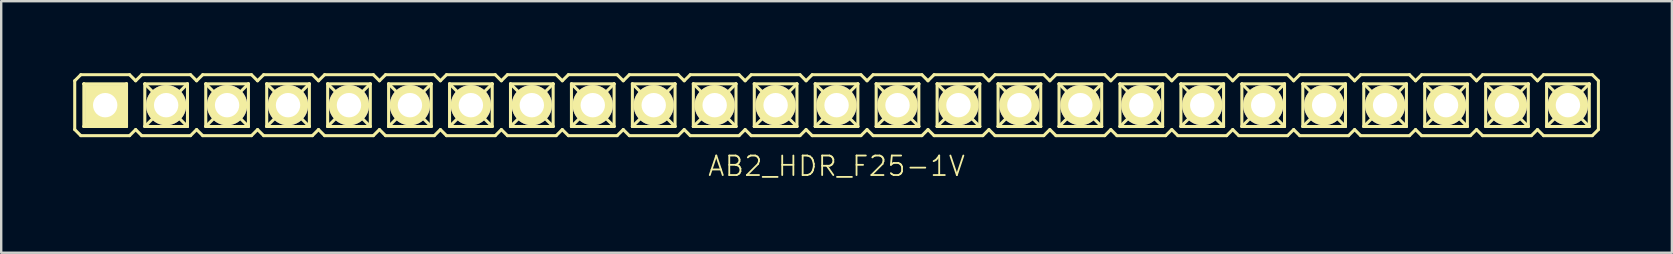
<source format=kicad_pcb>
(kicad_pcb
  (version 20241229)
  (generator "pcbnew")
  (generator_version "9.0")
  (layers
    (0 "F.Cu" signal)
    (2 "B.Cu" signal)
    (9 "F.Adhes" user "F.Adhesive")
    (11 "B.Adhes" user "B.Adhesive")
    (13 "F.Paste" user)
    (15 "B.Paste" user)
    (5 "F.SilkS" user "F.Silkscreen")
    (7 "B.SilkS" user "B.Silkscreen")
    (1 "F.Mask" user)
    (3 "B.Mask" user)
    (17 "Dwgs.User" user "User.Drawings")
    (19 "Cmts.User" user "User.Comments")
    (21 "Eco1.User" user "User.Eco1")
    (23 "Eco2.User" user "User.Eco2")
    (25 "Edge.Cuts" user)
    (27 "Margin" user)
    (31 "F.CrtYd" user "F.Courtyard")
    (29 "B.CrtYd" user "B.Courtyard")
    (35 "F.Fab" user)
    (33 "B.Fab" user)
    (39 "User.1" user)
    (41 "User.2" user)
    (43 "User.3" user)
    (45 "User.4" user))
  (footprint "AB2_HDR_F25-1V"
    (layer "F.Cu")
    (at 31.814 1.333)
    (property "Reference" "AB2_HDR_F25-1V" (at 0 2.54 0) (layer "F.SilkS") (effects (font (size 0.813 0.813) (thickness 0.076))))
    (attr through_hole)
    (fp_line (start -31.75 -1.016) (end -31.496 -1.27) (stroke (width 0.127) (type solid)) (layer "F.SilkS"))
    (fp_line (start -31.75 1.016) (end -31.75 -1.016) (stroke (width 0.127) (type solid)) (layer "F.SilkS"))
    (fp_line (start -31.496 -1.27) (end -29.464 -1.27) (stroke (width 0.127) (type solid)) (layer "F.SilkS"))
    (fp_line (start -31.496 1.27) (end -31.75 1.016) (stroke (width 0.127) (type solid)) (layer "F.SilkS"))
    (fp_line (start -31.369 -0.889) (end -29.591 -0.889) (stroke (width 0.127) (type solid)) (layer "F.SilkS"))
    (fp_line (start -31.369 0.889) (end -31.369 -0.889) (stroke (width 0.127) (type solid)) (layer "F.SilkS"))
    (fp_line (start -30.988 -0.508) (end -31.369 -0.889) (stroke (width 0.127) (type solid)) (layer "F.SilkS"))
    (fp_line (start -30.988 -0.508) (end -29.972 -0.508) (stroke (width 0.127) (type solid)) (layer "F.SilkS"))
    (fp_line (start -30.988 0.508) (end -31.369 0.889) (stroke (width 0.127) (type solid)) (layer "F.SilkS"))
    (fp_line (start -30.988 0.508) (end -30.988 -0.508) (stroke (width 0.127) (type solid)) (layer "F.SilkS"))
    (fp_line (start -29.972 -0.508) (end -29.972 0.508) (stroke (width 0.127) (type solid)) (layer "F.SilkS"))
    (fp_line (start -29.972 -0.508) (end -29.591 -0.889) (stroke (width 0.127) (type solid)) (layer "F.SilkS"))
    (fp_line (start -29.972 0.508) (end -30.988 0.508) (stroke (width 0.127) (type solid)) (layer "F.SilkS"))
    (fp_line (start -29.972 0.508) (end -29.591 0.889) (stroke (width 0.127) (type solid)) (layer "F.SilkS"))
    (fp_line (start -29.591 -0.889) (end -29.591 0.889) (stroke (width 0.127) (type solid)) (layer "F.SilkS"))
    (fp_line (start -29.591 0.889) (end -31.369 0.889) (stroke (width 0.127) (type solid)) (layer "F.SilkS"))
    (fp_line (start -29.464 -1.27) (end -29.21 -1.016) (stroke (width 0.127) (type solid)) (layer "F.SilkS"))
    (fp_line (start -29.464 1.27) (end -31.496 1.27) (stroke (width 0.127) (type solid)) (layer "F.SilkS"))
    (fp_line (start -29.21 -1.016) (end -28.956 -1.27) (stroke (width 0.127) (type solid)) (layer "F.SilkS"))
    (fp_line (start -29.21 1.016) (end -29.464 1.27) (stroke (width 0.127) (type solid)) (layer "F.SilkS"))
    (fp_line (start -28.956 -1.27) (end -26.924 -1.27) (stroke (width 0.127) (type solid)) (layer "F.SilkS"))
    (fp_line (start -28.956 1.27) (end -29.21 1.016) (stroke (width 0.127) (type solid)) (layer "F.SilkS"))
    (fp_line (start -28.829 -0.889) (end -27.051 -0.889) (stroke (width 0.127) (type solid)) (layer "F.SilkS"))
    (fp_line (start -28.829 0.889) (end -28.829 -0.889) (stroke (width 0.127) (type solid)) (layer "F.SilkS"))
    (fp_line (start -28.448 -0.508) (end -28.829 -0.889) (stroke (width 0.127) (type solid)) (layer "F.SilkS"))
    (fp_line (start -28.448 -0.508) (end -27.432 -0.508) (stroke (width 0.127) (type solid)) (layer "F.SilkS"))
    (fp_line (start -28.448 0.508) (end -28.829 0.889) (stroke (width 0.127) (type solid)) (layer "F.SilkS"))
    (fp_line (start -28.448 0.508) (end -28.448 -0.508) (stroke (width 0.127) (type solid)) (layer "F.SilkS"))
    (fp_line (start -27.432 -0.508) (end -27.432 0.508) (stroke (width 0.127) (type solid)) (layer "F.SilkS"))
    (fp_line (start -27.432 -0.508) (end -27.051 -0.889) (stroke (width 0.127) (type solid)) (layer "F.SilkS"))
    (fp_line (start -27.432 0.508) (end -28.448 0.508) (stroke (width 0.127) (type solid)) (layer "F.SilkS"))
    (fp_line (start -27.432 0.508) (end -27.051 0.889) (stroke (width 0.127) (type solid)) (layer "F.SilkS"))
    (fp_line (start -27.051 -0.889) (end -27.051 0.889) (stroke (width 0.127) (type solid)) (layer "F.SilkS"))
    (fp_line (start -27.051 0.889) (end -28.829 0.889) (stroke (width 0.127) (type solid)) (layer "F.SilkS"))
    (fp_line (start -26.924 -1.27) (end -26.67 -1.016) (stroke (width 0.127) (type solid)) (layer "F.SilkS"))
    (fp_line (start -26.924 1.27) (end -28.956 1.27) (stroke (width 0.127) (type solid)) (layer "F.SilkS"))
    (fp_line (start -26.67 -1.016) (end -26.416 -1.27) (stroke (width 0.127) (type solid)) (layer "F.SilkS"))
    (fp_line (start -26.67 1.016) (end -26.924 1.27) (stroke (width 0.127) (type solid)) (layer "F.SilkS"))
    (fp_line (start -26.416 -1.27) (end -24.384 -1.27) (stroke (width 0.127) (type solid)) (layer "F.SilkS"))
    (fp_line (start -26.416 1.27) (end -26.67 1.016) (stroke (width 0.127) (type solid)) (layer "F.SilkS"))
    (fp_line (start -26.289 -0.889) (end -24.511 -0.889) (stroke (width 0.127) (type solid)) (layer "F.SilkS"))
    (fp_line (start -26.289 0.889) (end -26.289 -0.889) (stroke (width 0.127) (type solid)) (layer "F.SilkS"))
    (fp_line (start -25.908 -0.508) (end -26.289 -0.889) (stroke (width 0.127) (type solid)) (layer "F.SilkS"))
    (fp_line (start -25.908 -0.508) (end -24.892 -0.508) (stroke (width 0.127) (type solid)) (layer "F.SilkS"))
    (fp_line (start -25.908 0.508) (end -26.289 0.889) (stroke (width 0.127) (type solid)) (layer "F.SilkS"))
    (fp_line (start -25.908 0.508) (end -25.908 -0.508) (stroke (width 0.127) (type solid)) (layer "F.SilkS"))
    (fp_line (start -24.892 -0.508) (end -24.892 0.508) (stroke (width 0.127) (type solid)) (layer "F.SilkS"))
    (fp_line (start -24.892 -0.508) (end -24.511 -0.889) (stroke (width 0.127) (type solid)) (layer "F.SilkS"))
    (fp_line (start -24.892 0.508) (end -25.908 0.508) (stroke (width 0.127) (type solid)) (layer "F.SilkS"))
    (fp_line (start -24.892 0.508) (end -24.511 0.889) (stroke (width 0.127) (type solid)) (layer "F.SilkS"))
    (fp_line (start -24.511 -0.889) (end -24.511 0.889) (stroke (width 0.127) (type solid)) (layer "F.SilkS"))
    (fp_line (start -24.511 0.889) (end -26.289 0.889) (stroke (width 0.127) (type solid)) (layer "F.SilkS"))
    (fp_line (start -24.384 -1.27) (end -24.13 -1.016) (stroke (width 0.127) (type solid)) (layer "F.SilkS"))
    (fp_line (start -24.384 1.27) (end -26.416 1.27) (stroke (width 0.127) (type solid)) (layer "F.SilkS"))
    (fp_line (start -24.13 -1.016) (end -23.876 -1.27) (stroke (width 0.127) (type solid)) (layer "F.SilkS"))
    (fp_line (start -24.13 1.016) (end -24.384 1.27) (stroke (width 0.127) (type solid)) (layer "F.SilkS"))
    (fp_line (start -23.876 -1.27) (end -21.844 -1.27) (stroke (width 0.127) (type solid)) (layer "F.SilkS"))
    (fp_line (start -23.876 1.27) (end -24.13 1.016) (stroke (width 0.127) (type solid)) (layer "F.SilkS"))
    (fp_line (start -23.749 -0.889) (end -21.971 -0.889) (stroke (width 0.127) (type solid)) (layer "F.SilkS"))
    (fp_line (start -23.749 0.889) (end -23.749 -0.889) (stroke (width 0.127) (type solid)) (layer "F.SilkS"))
    (fp_line (start -23.368 -0.508) (end -23.749 -0.889) (stroke (width 0.127) (type solid)) (layer "F.SilkS"))
    (fp_line (start -23.368 -0.508) (end -22.352 -0.508) (stroke (width 0.127) (type solid)) (layer "F.SilkS"))
    (fp_line (start -23.368 0.508) (end -23.749 0.889) (stroke (width 0.127) (type solid)) (layer "F.SilkS"))
    (fp_line (start -23.368 0.508) (end -23.368 -0.508) (stroke (width 0.127) (type solid)) (layer "F.SilkS"))
    (fp_line (start -22.352 -0.508) (end -22.352 0.508) (stroke (width 0.127) (type solid)) (layer "F.SilkS"))
    (fp_line (start -22.352 -0.508) (end -21.971 -0.889) (stroke (width 0.127) (type solid)) (layer "F.SilkS"))
    (fp_line (start -22.352 0.508) (end -23.368 0.508) (stroke (width 0.127) (type solid)) (layer "F.SilkS"))
    (fp_line (start -22.352 0.508) (end -21.971 0.889) (stroke (width 0.127) (type solid)) (layer "F.SilkS"))
    (fp_line (start -21.971 -0.889) (end -21.971 0.889) (stroke (width 0.127) (type solid)) (layer "F.SilkS"))
    (fp_line (start -21.971 0.889) (end -23.749 0.889) (stroke (width 0.127) (type solid)) (layer "F.SilkS"))
    (fp_line (start -21.844 -1.27) (end -21.59 -1.016) (stroke (width 0.127) (type solid)) (layer "F.SilkS"))
    (fp_line (start -21.844 1.27) (end -23.876 1.27) (stroke (width 0.127) (type solid)) (layer "F.SilkS"))
    (fp_line (start -21.59 -1.016) (end -21.336 -1.27) (stroke (width 0.127) (type solid)) (layer "F.SilkS"))
    (fp_line (start -21.59 1.016) (end -21.844 1.27) (stroke (width 0.127) (type solid)) (layer "F.SilkS"))
    (fp_line (start -21.336 -1.27) (end -19.304 -1.27) (stroke (width 0.127) (type solid)) (layer "F.SilkS"))
    (fp_line (start -21.336 1.27) (end -21.59 1.016) (stroke (width 0.127) (type solid)) (layer "F.SilkS"))
    (fp_line (start -21.209 -0.889) (end -19.431 -0.889) (stroke (width 0.127) (type solid)) (layer "F.SilkS"))
    (fp_line (start -21.209 0.889) (end -21.209 -0.889) (stroke (width 0.127) (type solid)) (layer "F.SilkS"))
    (fp_line (start -20.828 -0.508) (end -21.209 -0.889) (stroke (width 0.127) (type solid)) (layer "F.SilkS"))
    (fp_line (start -20.828 -0.508) (end -19.812 -0.508) (stroke (width 0.127) (type solid)) (layer "F.SilkS"))
    (fp_line (start -20.828 0.508) (end -21.209 0.889) (stroke (width 0.127) (type solid)) (layer "F.SilkS"))
    (fp_line (start -20.828 0.508) (end -20.828 -0.508) (stroke (width 0.127) (type solid)) (layer "F.SilkS"))
    (fp_line (start -19.812 -0.508) (end -19.812 0.508) (stroke (width 0.127) (type solid)) (layer "F.SilkS"))
    (fp_line (start -19.812 -0.508) (end -19.431 -0.889) (stroke (width 0.127) (type solid)) (layer "F.SilkS"))
    (fp_line (start -19.812 0.508) (end -20.828 0.508) (stroke (width 0.127) (type solid)) (layer "F.SilkS"))
    (fp_line (start -19.812 0.508) (end -19.431 0.889) (stroke (width 0.127) (type solid)) (layer "F.SilkS"))
    (fp_line (start -19.431 -0.889) (end -19.431 0.889) (stroke (width 0.127) (type solid)) (layer "F.SilkS"))
    (fp_line (start -19.431 0.889) (end -21.209 0.889) (stroke (width 0.127) (type solid)) (layer "F.SilkS"))
    (fp_line (start -19.304 -1.27) (end -19.05 -1.016) (stroke (width 0.127) (type solid)) (layer "F.SilkS"))
    (fp_line (start -19.304 1.27) (end -21.336 1.27) (stroke (width 0.127) (type solid)) (layer "F.SilkS"))
    (fp_line (start -19.05 -1.016) (end -18.796 -1.27) (stroke (width 0.127) (type solid)) (layer "F.SilkS"))
    (fp_line (start -19.05 1.016) (end -19.304 1.27) (stroke (width 0.127) (type solid)) (layer "F.SilkS"))
    (fp_line (start -18.796 -1.27) (end -16.764 -1.27) (stroke (width 0.127) (type solid)) (layer "F.SilkS"))
    (fp_line (start -18.796 1.27) (end -19.05 1.016) (stroke (width 0.127) (type solid)) (layer "F.SilkS"))
    (fp_line (start -18.669 -0.889) (end -16.891 -0.889) (stroke (width 0.127) (type solid)) (layer "F.SilkS"))
    (fp_line (start -18.669 0.889) (end -18.669 -0.889) (stroke (width 0.127) (type solid)) (layer "F.SilkS"))
    (fp_line (start -18.288 -0.508) (end -18.669 -0.889) (stroke (width 0.127) (type solid)) (layer "F.SilkS"))
    (fp_line (start -18.288 -0.508) (end -17.272 -0.508) (stroke (width 0.127) (type solid)) (layer "F.SilkS"))
    (fp_line (start -18.288 0.508) (end -18.669 0.889) (stroke (width 0.127) (type solid)) (layer "F.SilkS"))
    (fp_line (start -18.288 0.508) (end -18.288 -0.508) (stroke (width 0.127) (type solid)) (layer "F.SilkS"))
    (fp_line (start -17.272 -0.508) (end -17.272 0.508) (stroke (width 0.127) (type solid)) (layer "F.SilkS"))
    (fp_line (start -17.272 -0.508) (end -16.891 -0.889) (stroke (width 0.127) (type solid)) (layer "F.SilkS"))
    (fp_line (start -17.272 0.508) (end -18.288 0.508) (stroke (width 0.127) (type solid)) (layer "F.SilkS"))
    (fp_line (start -17.272 0.508) (end -16.891 0.889) (stroke (width 0.127) (type solid)) (layer "F.SilkS"))
    (fp_line (start -16.891 -0.889) (end -16.891 0.889) (stroke (width 0.127) (type solid)) (layer "F.SilkS"))
    (fp_line (start -16.891 0.889) (end -18.669 0.889) (stroke (width 0.127) (type solid)) (layer "F.SilkS"))
    (fp_line (start -16.764 -1.27) (end -16.51 -1.016) (stroke (width 0.127) (type solid)) (layer "F.SilkS"))
    (fp_line (start -16.764 1.27) (end -18.796 1.27) (stroke (width 0.127) (type solid)) (layer "F.SilkS"))
    (fp_line (start -16.51 -1.016) (end -16.256 -1.27) (stroke (width 0.127) (type solid)) (layer "F.SilkS"))
    (fp_line (start -16.51 1.016) (end -16.764 1.27) (stroke (width 0.127) (type solid)) (layer "F.SilkS"))
    (fp_line (start -16.256 -1.27) (end -14.224 -1.27) (stroke (width 0.127) (type solid)) (layer "F.SilkS"))
    (fp_line (start -16.256 1.27) (end -16.51 1.016) (stroke (width 0.127) (type solid)) (layer "F.SilkS"))
    (fp_line (start -16.129 -0.889) (end -14.351 -0.889) (stroke (width 0.127) (type solid)) (layer "F.SilkS"))
    (fp_line (start -16.129 0.889) (end -16.129 -0.889) (stroke (width 0.127) (type solid)) (layer "F.SilkS"))
    (fp_line (start -15.748 -0.508) (end -16.129 -0.889) (stroke (width 0.127) (type solid)) (layer "F.SilkS"))
    (fp_line (start -15.748 -0.508) (end -14.732 -0.508) (stroke (width 0.127) (type solid)) (layer "F.SilkS"))
    (fp_line (start -15.748 0.508) (end -16.129 0.889) (stroke (width 0.127) (type solid)) (layer "F.SilkS"))
    (fp_line (start -15.748 0.508) (end -15.748 -0.508) (stroke (width 0.127) (type solid)) (layer "F.SilkS"))
    (fp_line (start -14.732 -0.508) (end -14.732 0.508) (stroke (width 0.127) (type solid)) (layer "F.SilkS"))
    (fp_line (start -14.732 -0.508) (end -14.351 -0.889) (stroke (width 0.127) (type solid)) (layer "F.SilkS"))
    (fp_line (start -14.732 0.508) (end -15.748 0.508) (stroke (width 0.127) (type solid)) (layer "F.SilkS"))
    (fp_line (start -14.732 0.508) (end -14.351 0.889) (stroke (width 0.127) (type solid)) (layer "F.SilkS"))
    (fp_line (start -14.351 -0.889) (end -14.351 0.889) (stroke (width 0.127) (type solid)) (layer "F.SilkS"))
    (fp_line (start -14.351 0.889) (end -16.129 0.889) (stroke (width 0.127) (type solid)) (layer "F.SilkS"))
    (fp_line (start -14.224 -1.27) (end -13.97 -1.016) (stroke (width 0.127) (type solid)) (layer "F.SilkS"))
    (fp_line (start -14.224 1.27) (end -16.256 1.27) (stroke (width 0.127) (type solid)) (layer "F.SilkS"))
    (fp_line (start -13.97 -1.016) (end -13.716 -1.27) (stroke (width 0.127) (type solid)) (layer "F.SilkS"))
    (fp_line (start -13.97 1.016) (end -14.224 1.27) (stroke (width 0.127) (type solid)) (layer "F.SilkS"))
    (fp_line (start -13.716 -1.27) (end -11.684 -1.27) (stroke (width 0.127) (type solid)) (layer "F.SilkS"))
    (fp_line (start -13.716 1.27) (end -13.97 1.016) (stroke (width 0.127) (type solid)) (layer "F.SilkS"))
    (fp_line (start -13.589 -0.889) (end -11.811 -0.889) (stroke (width 0.127) (type solid)) (layer "F.SilkS"))
    (fp_line (start -13.589 0.889) (end -13.589 -0.889) (stroke (width 0.127) (type solid)) (layer "F.SilkS"))
    (fp_line (start -13.208 -0.508) (end -13.589 -0.889) (stroke (width 0.127) (type solid)) (layer "F.SilkS"))
    (fp_line (start -13.208 -0.508) (end -12.192 -0.508) (stroke (width 0.127) (type solid)) (layer "F.SilkS"))
    (fp_line (start -13.208 0.508) (end -13.589 0.889) (stroke (width 0.127) (type solid)) (layer "F.SilkS"))
    (fp_line (start -13.208 0.508) (end -13.208 -0.508) (stroke (width 0.127) (type solid)) (layer "F.SilkS"))
    (fp_line (start -12.192 -0.508) (end -12.192 0.508) (stroke (width 0.127) (type solid)) (layer "F.SilkS"))
    (fp_line (start -12.192 -0.508) (end -11.811 -0.889) (stroke (width 0.127) (type solid)) (layer "F.SilkS"))
    (fp_line (start -12.192 0.508) (end -13.208 0.508) (stroke (width 0.127) (type solid)) (layer "F.SilkS"))
    (fp_line (start -12.192 0.508) (end -11.811 0.889) (stroke (width 0.127) (type solid)) (layer "F.SilkS"))
    (fp_line (start -11.811 -0.889) (end -11.811 0.889) (stroke (width 0.127) (type solid)) (layer "F.SilkS"))
    (fp_line (start -11.811 0.889) (end -13.589 0.889) (stroke (width 0.127) (type solid)) (layer "F.SilkS"))
    (fp_line (start -11.684 -1.27) (end -11.43 -1.016) (stroke (width 0.127) (type solid)) (layer "F.SilkS"))
    (fp_line (start -11.684 1.27) (end -13.716 1.27) (stroke (width 0.127) (type solid)) (layer "F.SilkS"))
    (fp_line (start -11.43 -1.016) (end -11.176 -1.27) (stroke (width 0.127) (type solid)) (layer "F.SilkS"))
    (fp_line (start -11.43 1.016) (end -11.684 1.27) (stroke (width 0.127) (type solid)) (layer "F.SilkS"))
    (fp_line (start -11.176 -1.27) (end -9.144 -1.27) (stroke (width 0.127) (type solid)) (layer "F.SilkS"))
    (fp_line (start -11.176 1.27) (end -11.43 1.016) (stroke (width 0.127) (type solid)) (layer "F.SilkS"))
    (fp_line (start -11.049 -0.889) (end -9.271 -0.889) (stroke (width 0.127) (type solid)) (layer "F.SilkS"))
    (fp_line (start -11.049 0.889) (end -11.049 -0.889) (stroke (width 0.127) (type solid)) (layer "F.SilkS"))
    (fp_line (start -10.668 -0.508) (end -11.049 -0.889) (stroke (width 0.127) (type solid)) (layer "F.SilkS"))
    (fp_line (start -10.668 -0.508) (end -9.652 -0.508) (stroke (width 0.127) (type solid)) (layer "F.SilkS"))
    (fp_line (start -10.668 0.508) (end -11.049 0.889) (stroke (width 0.127) (type solid)) (layer "F.SilkS"))
    (fp_line (start -10.668 0.508) (end -10.668 -0.508) (stroke (width 0.127) (type solid)) (layer "F.SilkS"))
    (fp_line (start -9.652 -0.508) (end -9.652 0.508) (stroke (width 0.127) (type solid)) (layer "F.SilkS"))
    (fp_line (start -9.652 -0.508) (end -9.271 -0.889) (stroke (width 0.127) (type solid)) (layer "F.SilkS"))
    (fp_line (start -9.652 0.508) (end -10.668 0.508) (stroke (width 0.127) (type solid)) (layer "F.SilkS"))
    (fp_line (start -9.652 0.508) (end -9.271 0.889) (stroke (width 0.127) (type solid)) (layer "F.SilkS"))
    (fp_line (start -9.271 -0.889) (end -9.271 0.889) (stroke (width 0.127) (type solid)) (layer "F.SilkS"))
    (fp_line (start -9.271 0.889) (end -11.049 0.889) (stroke (width 0.127) (type solid)) (layer "F.SilkS"))
    (fp_line (start -9.144 -1.27) (end -8.89 -1.016) (stroke (width 0.127) (type solid)) (layer "F.SilkS"))
    (fp_line (start -9.144 1.27) (end -11.176 1.27) (stroke (width 0.127) (type solid)) (layer "F.SilkS"))
    (fp_line (start -8.89 -1.016) (end -8.636 -1.27) (stroke (width 0.127) (type solid)) (layer "F.SilkS"))
    (fp_line (start -8.89 1.016) (end -9.144 1.27) (stroke (width 0.127) (type solid)) (layer "F.SilkS"))
    (fp_line (start -8.636 -1.27) (end -6.604 -1.27) (stroke (width 0.127) (type solid)) (layer "F.SilkS"))
    (fp_line (start -8.636 1.27) (end -8.89 1.016) (stroke (width 0.127) (type solid)) (layer "F.SilkS"))
    (fp_line (start -8.509 -0.889) (end -6.731 -0.889) (stroke (width 0.127) (type solid)) (layer "F.SilkS"))
    (fp_line (start -8.509 0.889) (end -8.509 -0.889) (stroke (width 0.127) (type solid)) (layer "F.SilkS"))
    (fp_line (start -8.128 -0.508) (end -8.509 -0.889) (stroke (width 0.127) (type solid)) (layer "F.SilkS"))
    (fp_line (start -8.128 -0.508) (end -7.112 -0.508) (stroke (width 0.127) (type solid)) (layer "F.SilkS"))
    (fp_line (start -8.128 0.508) (end -8.509 0.889) (stroke (width 0.127) (type solid)) (layer "F.SilkS"))
    (fp_line (start -8.128 0.508) (end -8.128 -0.508) (stroke (width 0.127) (type solid)) (layer "F.SilkS"))
    (fp_line (start -7.112 -0.508) (end -7.112 0.508) (stroke (width 0.127) (type solid)) (layer "F.SilkS"))
    (fp_line (start -7.112 -0.508) (end -6.731 -0.889) (stroke (width 0.127) (type solid)) (layer "F.SilkS"))
    (fp_line (start -7.112 0.508) (end -8.128 0.508) (stroke (width 0.127) (type solid)) (layer "F.SilkS"))
    (fp_line (start -7.112 0.508) (end -6.731 0.889) (stroke (width 0.127) (type solid)) (layer "F.SilkS"))
    (fp_line (start -6.731 -0.889) (end -6.731 0.889) (stroke (width 0.127) (type solid)) (layer "F.SilkS"))
    (fp_line (start -6.731 0.889) (end -8.509 0.889) (stroke (width 0.127) (type solid)) (layer "F.SilkS"))
    (fp_line (start -6.604 -1.27) (end -6.35 -1.016) (stroke (width 0.127) (type solid)) (layer "F.SilkS"))
    (fp_line (start -6.604 1.27) (end -8.636 1.27) (stroke (width 0.127) (type solid)) (layer "F.SilkS"))
    (fp_line (start -6.35 -1.016) (end -6.096 -1.27) (stroke (width 0.127) (type solid)) (layer "F.SilkS"))
    (fp_line (start -6.35 1.016) (end -6.604 1.27) (stroke (width 0.127) (type solid)) (layer "F.SilkS"))
    (fp_line (start -6.096 -1.27) (end -4.064 -1.27) (stroke (width 0.127) (type solid)) (layer "F.SilkS"))
    (fp_line (start -6.096 1.27) (end -6.35 1.016) (stroke (width 0.127) (type solid)) (layer "F.SilkS"))
    (fp_line (start -5.969 -0.889) (end -4.191 -0.889) (stroke (width 0.127) (type solid)) (layer "F.SilkS"))
    (fp_line (start -5.969 0.889) (end -5.969 -0.889) (stroke (width 0.127) (type solid)) (layer "F.SilkS"))
    (fp_line (start -5.588 -0.508) (end -5.969 -0.889) (stroke (width 0.127) (type solid)) (layer "F.SilkS"))
    (fp_line (start -5.588 -0.508) (end -4.572 -0.508) (stroke (width 0.127) (type solid)) (layer "F.SilkS"))
    (fp_line (start -5.588 0.508) (end -5.969 0.889) (stroke (width 0.127) (type solid)) (layer "F.SilkS"))
    (fp_line (start -5.588 0.508) (end -5.588 -0.508) (stroke (width 0.127) (type solid)) (layer "F.SilkS"))
    (fp_line (start -4.572 -0.508) (end -4.572 0.508) (stroke (width 0.127) (type solid)) (layer "F.SilkS"))
    (fp_line (start -4.572 -0.508) (end -4.191 -0.889) (stroke (width 0.127) (type solid)) (layer "F.SilkS"))
    (fp_line (start -4.572 0.508) (end -5.588 0.508) (stroke (width 0.127) (type solid)) (layer "F.SilkS"))
    (fp_line (start -4.572 0.508) (end -4.191 0.889) (stroke (width 0.127) (type solid)) (layer "F.SilkS"))
    (fp_line (start -4.191 -0.889) (end -4.191 0.889) (stroke (width 0.127) (type solid)) (layer "F.SilkS"))
    (fp_line (start -4.191 0.889) (end -5.969 0.889) (stroke (width 0.127) (type solid)) (layer "F.SilkS"))
    (fp_line (start -4.064 -1.27) (end -3.81 -1.016) (stroke (width 0.127) (type solid)) (layer "F.SilkS"))
    (fp_line (start -4.064 1.27) (end -6.096 1.27) (stroke (width 0.127) (type solid)) (layer "F.SilkS"))
    (fp_line (start -3.81 -1.016) (end -3.556 -1.27) (stroke (width 0.127) (type solid)) (layer "F.SilkS"))
    (fp_line (start -3.81 1.016) (end -4.064 1.27) (stroke (width 0.127) (type solid)) (layer "F.SilkS"))
    (fp_line (start -3.556 -1.27) (end -1.524 -1.27) (stroke (width 0.127) (type solid)) (layer "F.SilkS"))
    (fp_line (start -3.556 1.27) (end -3.81 1.016) (stroke (width 0.127) (type solid)) (layer "F.SilkS"))
    (fp_line (start -3.429 -0.889) (end -1.651 -0.889) (stroke (width 0.127) (type solid)) (layer "F.SilkS"))
    (fp_line (start -3.429 0.889) (end -3.429 -0.889) (stroke (width 0.127) (type solid)) (layer "F.SilkS"))
    (fp_line (start -3.048 -0.508) (end -3.429 -0.889) (stroke (width 0.127) (type solid)) (layer "F.SilkS"))
    (fp_line (start -3.048 -0.508) (end -2.032 -0.508) (stroke (width 0.127) (type solid)) (layer "F.SilkS"))
    (fp_line (start -3.048 0.508) (end -3.429 0.889) (stroke (width 0.127) (type solid)) (layer "F.SilkS"))
    (fp_line (start -3.048 0.508) (end -3.048 -0.508) (stroke (width 0.127) (type solid)) (layer "F.SilkS"))
    (fp_line (start -2.032 -0.508) (end -2.032 0.508) (stroke (width 0.127) (type solid)) (layer "F.SilkS"))
    (fp_line (start -2.032 -0.508) (end -1.651 -0.889) (stroke (width 0.127) (type solid)) (layer "F.SilkS"))
    (fp_line (start -2.032 0.508) (end -3.048 0.508) (stroke (width 0.127) (type solid)) (layer "F.SilkS"))
    (fp_line (start -2.032 0.508) (end -1.651 0.889) (stroke (width 0.127) (type solid)) (layer "F.SilkS"))
    (fp_line (start -1.651 -0.889) (end -1.651 0.889) (stroke (width 0.127) (type solid)) (layer "F.SilkS"))
    (fp_line (start -1.651 0.889) (end -3.429 0.889) (stroke (width 0.127) (type solid)) (layer "F.SilkS"))
    (fp_line (start -1.524 -1.27) (end -1.27 -1.016) (stroke (width 0.127) (type solid)) (layer "F.SilkS"))
    (fp_line (start -1.524 1.27) (end -3.556 1.27) (stroke (width 0.127) (type solid)) (layer "F.SilkS"))
    (fp_line (start -1.27 -1.016) (end -1.016 -1.27) (stroke (width 0.127) (type solid)) (layer "F.SilkS"))
    (fp_line (start -1.27 1.016) (end -1.524 1.27) (stroke (width 0.127) (type solid)) (layer "F.SilkS"))
    (fp_line (start -1.016 -1.27) (end 1.016 -1.27) (stroke (width 0.127) (type solid)) (layer "F.SilkS"))
    (fp_line (start -1.016 1.27) (end -1.27 1.016) (stroke (width 0.127) (type solid)) (layer "F.SilkS"))
    (fp_line (start -0.889 -0.889) (end 0.889 -0.889) (stroke (width 0.127) (type solid)) (layer "F.SilkS"))
    (fp_line (start -0.889 0.889) (end -0.889 -0.889) (stroke (width 0.127) (type solid)) (layer "F.SilkS"))
    (fp_line (start -0.508 -0.508) (end -0.889 -0.889) (stroke (width 0.127) (type solid)) (layer "F.SilkS"))
    (fp_line (start -0.508 -0.508) (end 0.508 -0.508) (stroke (width 0.127) (type solid)) (layer "F.SilkS"))
    (fp_line (start -0.508 0.508) (end -0.889 0.889) (stroke (width 0.127) (type solid)) (layer "F.SilkS"))
    (fp_line (start -0.508 0.508) (end -0.508 -0.508) (stroke (width 0.127) (type solid)) (layer "F.SilkS"))
    (fp_line (start 0.508 -0.508) (end 0.508 0.508) (stroke (width 0.127) (type solid)) (layer "F.SilkS"))
    (fp_line (start 0.508 -0.508) (end 0.889 -0.889) (stroke (width 0.127) (type solid)) (layer "F.SilkS"))
    (fp_line (start 0.508 0.508) (end -0.508 0.508) (stroke (width 0.127) (type solid)) (layer "F.SilkS"))
    (fp_line (start 0.508 0.508) (end 0.889 0.889) (stroke (width 0.127) (type solid)) (layer "F.SilkS"))
    (fp_line (start 0.889 -0.889) (end 0.889 0.889) (stroke (width 0.127) (type solid)) (layer "F.SilkS"))
    (fp_line (start 0.889 0.889) (end -0.889 0.889) (stroke (width 0.127) (type solid)) (layer "F.SilkS"))
    (fp_line (start 1.016 -1.27) (end 1.27 -1.016) (stroke (width 0.127) (type solid)) (layer "F.SilkS"))
    (fp_line (start 1.016 1.27) (end -1.016 1.27) (stroke (width 0.127) (type solid)) (layer "F.SilkS"))
    (fp_line (start 1.27 -1.016) (end 1.524 -1.27) (stroke (width 0.127) (type solid)) (layer "F.SilkS"))
    (fp_line (start 1.27 1.016) (end 1.016 1.27) (stroke (width 0.127) (type solid)) (layer "F.SilkS"))
    (fp_line (start 1.524 -1.27) (end 3.556 -1.27) (stroke (width 0.127) (type solid)) (layer "F.SilkS"))
    (fp_line (start 1.524 1.27) (end 1.27 1.016) (stroke (width 0.127) (type solid)) (layer "F.SilkS"))
    (fp_line (start 1.651 -0.889) (end 3.429 -0.889) (stroke (width 0.127) (type solid)) (layer "F.SilkS"))
    (fp_line (start 1.651 0.889) (end 1.651 -0.889) (stroke (width 0.127) (type solid)) (layer "F.SilkS"))
    (fp_line (start 2.032 -0.508) (end 1.651 -0.889) (stroke (width 0.127) (type solid)) (layer "F.SilkS"))
    (fp_line (start 2.032 -0.508) (end 3.048 -0.508) (stroke (width 0.127) (type solid)) (layer "F.SilkS"))
    (fp_line (start 2.032 0.508) (end 1.651 0.889) (stroke (width 0.127) (type solid)) (layer "F.SilkS"))
    (fp_line (start 2.032 0.508) (end 2.032 -0.508) (stroke (width 0.127) (type solid)) (layer "F.SilkS"))
    (fp_line (start 3.048 -0.508) (end 3.048 0.508) (stroke (width 0.127) (type solid)) (layer "F.SilkS"))
    (fp_line (start 3.048 -0.508) (end 3.429 -0.889) (stroke (width 0.127) (type solid)) (layer "F.SilkS"))
    (fp_line (start 3.048 0.508) (end 2.032 0.508) (stroke (width 0.127) (type solid)) (layer "F.SilkS"))
    (fp_line (start 3.048 0.508) (end 3.429 0.889) (stroke (width 0.127) (type solid)) (layer "F.SilkS"))
    (fp_line (start 3.429 -0.889) (end 3.429 0.889) (stroke (width 0.127) (type solid)) (layer "F.SilkS"))
    (fp_line (start 3.429 0.889) (end 1.651 0.889) (stroke (width 0.127) (type solid)) (layer "F.SilkS"))
    (fp_line (start 3.556 -1.27) (end 3.81 -1.016) (stroke (width 0.127) (type solid)) (layer "F.SilkS"))
    (fp_line (start 3.556 1.27) (end 1.524 1.27) (stroke (width 0.127) (type solid)) (layer "F.SilkS"))
    (fp_line (start 3.81 -1.016) (end 4.064 -1.27) (stroke (width 0.127) (type solid)) (layer "F.SilkS"))
    (fp_line (start 3.81 1.016) (end 3.556 1.27) (stroke (width 0.127) (type solid)) (layer "F.SilkS"))
    (fp_line (start 4.064 -1.27) (end 6.096 -1.27) (stroke (width 0.127) (type solid)) (layer "F.SilkS"))
    (fp_line (start 4.064 1.27) (end 3.81 1.016) (stroke (width 0.127) (type solid)) (layer "F.SilkS"))
    (fp_line (start 4.191 -0.889) (end 5.969 -0.889) (stroke (width 0.127) (type solid)) (layer "F.SilkS"))
    (fp_line (start 4.191 0.889) (end 4.191 -0.889) (stroke (width 0.127) (type solid)) (layer "F.SilkS"))
    (fp_line (start 4.572 -0.508) (end 4.191 -0.889) (stroke (width 0.127) (type solid)) (layer "F.SilkS"))
    (fp_line (start 4.572 -0.508) (end 5.588 -0.508) (stroke (width 0.127) (type solid)) (layer "F.SilkS"))
    (fp_line (start 4.572 0.508) (end 4.191 0.889) (stroke (width 0.127) (type solid)) (layer "F.SilkS"))
    (fp_line (start 4.572 0.508) (end 4.572 -0.508) (stroke (width 0.127) (type solid)) (layer "F.SilkS"))
    (fp_line (start 5.588 -0.508) (end 5.588 0.508) (stroke (width 0.127) (type solid)) (layer "F.SilkS"))
    (fp_line (start 5.588 -0.508) (end 5.969 -0.889) (stroke (width 0.127) (type solid)) (layer "F.SilkS"))
    (fp_line (start 5.588 0.508) (end 4.572 0.508) (stroke (width 0.127) (type solid)) (layer "F.SilkS"))
    (fp_line (start 5.588 0.508) (end 5.969 0.889) (stroke (width 0.127) (type solid)) (layer "F.SilkS"))
    (fp_line (start 5.969 -0.889) (end 5.969 0.889) (stroke (width 0.127) (type solid)) (layer "F.SilkS"))
    (fp_line (start 5.969 0.889) (end 4.191 0.889) (stroke (width 0.127) (type solid)) (layer "F.SilkS"))
    (fp_line (start 6.096 -1.27) (end 6.35 -1.016) (stroke (width 0.127) (type solid)) (layer "F.SilkS"))
    (fp_line (start 6.096 1.27) (end 4.064 1.27) (stroke (width 0.127) (type solid)) (layer "F.SilkS"))
    (fp_line (start 6.35 -1.016) (end 6.604 -1.27) (stroke (width 0.127) (type solid)) (layer "F.SilkS"))
    (fp_line (start 6.35 1.016) (end 6.096 1.27) (stroke (width 0.127) (type solid)) (layer "F.SilkS"))
    (fp_line (start 6.604 -1.27) (end 8.636 -1.27) (stroke (width 0.127) (type solid)) (layer "F.SilkS"))
    (fp_line (start 6.604 1.27) (end 6.35 1.016) (stroke (width 0.127) (type solid)) (layer "F.SilkS"))
    (fp_line (start 6.731 -0.889) (end 8.509 -0.889) (stroke (width 0.127) (type solid)) (layer "F.SilkS"))
    (fp_line (start 6.731 0.889) (end 6.731 -0.889) (stroke (width 0.127) (type solid)) (layer "F.SilkS"))
    (fp_line (start 7.112 -0.508) (end 6.731 -0.889) (stroke (width 0.127) (type solid)) (layer "F.SilkS"))
    (fp_line (start 7.112 -0.508) (end 8.128 -0.508) (stroke (width 0.127) (type solid)) (layer "F.SilkS"))
    (fp_line (start 7.112 0.508) (end 6.731 0.889) (stroke (width 0.127) (type solid)) (layer "F.SilkS"))
    (fp_line (start 7.112 0.508) (end 7.112 -0.508) (stroke (width 0.127) (type solid)) (layer "F.SilkS"))
    (fp_line (start 8.128 -0.508) (end 8.128 0.508) (stroke (width 0.127) (type solid)) (layer "F.SilkS"))
    (fp_line (start 8.128 -0.508) (end 8.509 -0.889) (stroke (width 0.127) (type solid)) (layer "F.SilkS"))
    (fp_line (start 8.128 0.508) (end 7.112 0.508) (stroke (width 0.127) (type solid)) (layer "F.SilkS"))
    (fp_line (start 8.128 0.508) (end 8.509 0.889) (stroke (width 0.127) (type solid)) (layer "F.SilkS"))
    (fp_line (start 8.509 -0.889) (end 8.509 0.889) (stroke (width 0.127) (type solid)) (layer "F.SilkS"))
    (fp_line (start 8.509 0.889) (end 6.731 0.889) (stroke (width 0.127) (type solid)) (layer "F.SilkS"))
    (fp_line (start 8.636 -1.27) (end 8.89 -1.016) (stroke (width 0.127) (type solid)) (layer "F.SilkS"))
    (fp_line (start 8.636 1.27) (end 6.604 1.27) (stroke (width 0.127) (type solid)) (layer "F.SilkS"))
    (fp_line (start 8.89 -1.016) (end 9.144 -1.27) (stroke (width 0.127) (type solid)) (layer "F.SilkS"))
    (fp_line (start 8.89 1.016) (end 8.636 1.27) (stroke (width 0.127) (type solid)) (layer "F.SilkS"))
    (fp_line (start 9.144 -1.27) (end 11.176 -1.27) (stroke (width 0.127) (type solid)) (layer "F.SilkS"))
    (fp_line (start 9.144 1.27) (end 8.89 1.016) (stroke (width 0.127) (type solid)) (layer "F.SilkS"))
    (fp_line (start 9.271 -0.889) (end 11.049 -0.889) (stroke (width 0.127) (type solid)) (layer "F.SilkS"))
    (fp_line (start 9.271 0.889) (end 9.271 -0.889) (stroke (width 0.127) (type solid)) (layer "F.SilkS"))
    (fp_line (start 9.652 -0.508) (end 9.271 -0.889) (stroke (width 0.127) (type solid)) (layer "F.SilkS"))
    (fp_line (start 9.652 -0.508) (end 10.668 -0.508) (stroke (width 0.127) (type solid)) (layer "F.SilkS"))
    (fp_line (start 9.652 0.508) (end 9.271 0.889) (stroke (width 0.127) (type solid)) (layer "F.SilkS"))
    (fp_line (start 9.652 0.508) (end 9.652 -0.508) (stroke (width 0.127) (type solid)) (layer "F.SilkS"))
    (fp_line (start 10.668 -0.508) (end 10.668 0.508) (stroke (width 0.127) (type solid)) (layer "F.SilkS"))
    (fp_line (start 10.668 -0.508) (end 11.049 -0.889) (stroke (width 0.127) (type solid)) (layer "F.SilkS"))
    (fp_line (start 10.668 0.508) (end 9.652 0.508) (stroke (width 0.127) (type solid)) (layer "F.SilkS"))
    (fp_line (start 10.668 0.508) (end 11.049 0.889) (stroke (width 0.127) (type solid)) (layer "F.SilkS"))
    (fp_line (start 11.049 -0.889) (end 11.049 0.889) (stroke (width 0.127) (type solid)) (layer "F.SilkS"))
    (fp_line (start 11.049 0.889) (end 9.271 0.889) (stroke (width 0.127) (type solid)) (layer "F.SilkS"))
    (fp_line (start 11.176 -1.27) (end 11.43 -1.016) (stroke (width 0.127) (type solid)) (layer "F.SilkS"))
    (fp_line (start 11.176 1.27) (end 9.144 1.27) (stroke (width 0.127) (type solid)) (layer "F.SilkS"))
    (fp_line (start 11.43 -1.016) (end 11.684 -1.27) (stroke (width 0.127) (type solid)) (layer "F.SilkS"))
    (fp_line (start 11.43 1.016) (end 11.176 1.27) (stroke (width 0.127) (type solid)) (layer "F.SilkS"))
    (fp_line (start 11.684 -1.27) (end 13.716 -1.27) (stroke (width 0.127) (type solid)) (layer "F.SilkS"))
    (fp_line (start 11.684 1.27) (end 11.43 1.016) (stroke (width 0.127) (type solid)) (layer "F.SilkS"))
    (fp_line (start 11.811 -0.889) (end 13.589 -0.889) (stroke (width 0.127) (type solid)) (layer "F.SilkS"))
    (fp_line (start 11.811 0.889) (end 11.811 -0.889) (stroke (width 0.127) (type solid)) (layer "F.SilkS"))
    (fp_line (start 12.192 -0.508) (end 11.811 -0.889) (stroke (width 0.127) (type solid)) (layer "F.SilkS"))
    (fp_line (start 12.192 -0.508) (end 13.208 -0.508) (stroke (width 0.127) (type solid)) (layer "F.SilkS"))
    (fp_line (start 12.192 0.508) (end 11.811 0.889) (stroke (width 0.127) (type solid)) (layer "F.SilkS"))
    (fp_line (start 12.192 0.508) (end 12.192 -0.508) (stroke (width 0.127) (type solid)) (layer "F.SilkS"))
    (fp_line (start 13.208 -0.508) (end 13.208 0.508) (stroke (width 0.127) (type solid)) (layer "F.SilkS"))
    (fp_line (start 13.208 -0.508) (end 13.589 -0.889) (stroke (width 0.127) (type solid)) (layer "F.SilkS"))
    (fp_line (start 13.208 0.508) (end 12.192 0.508) (stroke (width 0.127) (type solid)) (layer "F.SilkS"))
    (fp_line (start 13.208 0.508) (end 13.589 0.889) (stroke (width 0.127) (type solid)) (layer "F.SilkS"))
    (fp_line (start 13.589 -0.889) (end 13.589 0.889) (stroke (width 0.127) (type solid)) (layer "F.SilkS"))
    (fp_line (start 13.589 0.889) (end 11.811 0.889) (stroke (width 0.127) (type solid)) (layer "F.SilkS"))
    (fp_line (start 13.716 -1.27) (end 13.97 -1.016) (stroke (width 0.127) (type solid)) (layer "F.SilkS"))
    (fp_line (start 13.716 1.27) (end 11.684 1.27) (stroke (width 0.127) (type solid)) (layer "F.SilkS"))
    (fp_line (start 13.97 -1.016) (end 14.224 -1.27) (stroke (width 0.127) (type solid)) (layer "F.SilkS"))
    (fp_line (start 13.97 1.016) (end 13.716 1.27) (stroke (width 0.127) (type solid)) (layer "F.SilkS"))
    (fp_line (start 14.224 -1.27) (end 16.256 -1.27) (stroke (width 0.127) (type solid)) (layer "F.SilkS"))
    (fp_line (start 14.224 1.27) (end 13.97 1.016) (stroke (width 0.127) (type solid)) (layer "F.SilkS"))
    (fp_line (start 14.351 -0.889) (end 16.129 -0.889) (stroke (width 0.127) (type solid)) (layer "F.SilkS"))
    (fp_line (start 14.351 0.889) (end 14.351 -0.889) (stroke (width 0.127) (type solid)) (layer "F.SilkS"))
    (fp_line (start 14.732 -0.508) (end 14.351 -0.889) (stroke (width 0.127) (type solid)) (layer "F.SilkS"))
    (fp_line (start 14.732 -0.508) (end 15.748 -0.508) (stroke (width 0.127) (type solid)) (layer "F.SilkS"))
    (fp_line (start 14.732 0.508) (end 14.351 0.889) (stroke (width 0.127) (type solid)) (layer "F.SilkS"))
    (fp_line (start 14.732 0.508) (end 14.732 -0.508) (stroke (width 0.127) (type solid)) (layer "F.SilkS"))
    (fp_line (start 15.748 -0.508) (end 15.748 0.508) (stroke (width 0.127) (type solid)) (layer "F.SilkS"))
    (fp_line (start 15.748 -0.508) (end 16.129 -0.889) (stroke (width 0.127) (type solid)) (layer "F.SilkS"))
    (fp_line (start 15.748 0.508) (end 14.732 0.508) (stroke (width 0.127) (type solid)) (layer "F.SilkS"))
    (fp_line (start 15.748 0.508) (end 16.129 0.889) (stroke (width 0.127) (type solid)) (layer "F.SilkS"))
    (fp_line (start 16.129 -0.889) (end 16.129 0.889) (stroke (width 0.127) (type solid)) (layer "F.SilkS"))
    (fp_line (start 16.129 0.889) (end 14.351 0.889) (stroke (width 0.127) (type solid)) (layer "F.SilkS"))
    (fp_line (start 16.256 -1.27) (end 16.51 -1.016) (stroke (width 0.127) (type solid)) (layer "F.SilkS"))
    (fp_line (start 16.256 1.27) (end 14.224 1.27) (stroke (width 0.127) (type solid)) (layer "F.SilkS"))
    (fp_line (start 16.51 -1.016) (end 16.764 -1.27) (stroke (width 0.127) (type solid)) (layer "F.SilkS"))
    (fp_line (start 16.51 1.016) (end 16.256 1.27) (stroke (width 0.127) (type solid)) (layer "F.SilkS"))
    (fp_line (start 16.764 -1.27) (end 18.796 -1.27) (stroke (width 0.127) (type solid)) (layer "F.SilkS"))
    (fp_line (start 16.764 1.27) (end 16.51 1.016) (stroke (width 0.127) (type solid)) (layer "F.SilkS"))
    (fp_line (start 16.891 -0.889) (end 18.669 -0.889) (stroke (width 0.127) (type solid)) (layer "F.SilkS"))
    (fp_line (start 16.891 0.889) (end 16.891 -0.889) (stroke (width 0.127) (type solid)) (layer "F.SilkS"))
    (fp_line (start 17.272 -0.508) (end 16.891 -0.889) (stroke (width 0.127) (type solid)) (layer "F.SilkS"))
    (fp_line (start 17.272 -0.508) (end 18.288 -0.508) (stroke (width 0.127) (type solid)) (layer "F.SilkS"))
    (fp_line (start 17.272 0.508) (end 16.891 0.889) (stroke (width 0.127) (type solid)) (layer "F.SilkS"))
    (fp_line (start 17.272 0.508) (end 17.272 -0.508) (stroke (width 0.127) (type solid)) (layer "F.SilkS"))
    (fp_line (start 18.288 -0.508) (end 18.288 0.508) (stroke (width 0.127) (type solid)) (layer "F.SilkS"))
    (fp_line (start 18.288 -0.508) (end 18.669 -0.889) (stroke (width 0.127) (type solid)) (layer "F.SilkS"))
    (fp_line (start 18.288 0.508) (end 17.272 0.508) (stroke (width 0.127) (type solid)) (layer "F.SilkS"))
    (fp_line (start 18.288 0.508) (end 18.669 0.889) (stroke (width 0.127) (type solid)) (layer "F.SilkS"))
    (fp_line (start 18.669 -0.889) (end 18.669 0.889) (stroke (width 0.127) (type solid)) (layer "F.SilkS"))
    (fp_line (start 18.669 0.889) (end 16.891 0.889) (stroke (width 0.127) (type solid)) (layer "F.SilkS"))
    (fp_line (start 18.796 -1.27) (end 19.05 -1.016) (stroke (width 0.127) (type solid)) (layer "F.SilkS"))
    (fp_line (start 18.796 1.27) (end 16.764 1.27) (stroke (width 0.127) (type solid)) (layer "F.SilkS"))
    (fp_line (start 19.05 -1.016) (end 19.304 -1.27) (stroke (width 0.127) (type solid)) (layer "F.SilkS"))
    (fp_line (start 19.05 1.016) (end 18.796 1.27) (stroke (width 0.127) (type solid)) (layer "F.SilkS"))
    (fp_line (start 19.304 -1.27) (end 21.336 -1.27) (stroke (width 0.127) (type solid)) (layer "F.SilkS"))
    (fp_line (start 19.304 1.27) (end 19.05 1.016) (stroke (width 0.127) (type solid)) (layer "F.SilkS"))
    (fp_line (start 19.431 -0.889) (end 21.209 -0.889) (stroke (width 0.127) (type solid)) (layer "F.SilkS"))
    (fp_line (start 19.431 0.889) (end 19.431 -0.889) (stroke (width 0.127) (type solid)) (layer "F.SilkS"))
    (fp_line (start 19.812 -0.508) (end 19.431 -0.889) (stroke (width 0.127) (type solid)) (layer "F.SilkS"))
    (fp_line (start 19.812 -0.508) (end 20.828 -0.508) (stroke (width 0.127) (type solid)) (layer "F.SilkS"))
    (fp_line (start 19.812 0.508) (end 19.431 0.889) (stroke (width 0.127) (type solid)) (layer "F.SilkS"))
    (fp_line (start 19.812 0.508) (end 19.812 -0.508) (stroke (width 0.127) (type solid)) (layer "F.SilkS"))
    (fp_line (start 20.828 -0.508) (end 20.828 0.508) (stroke (width 0.127) (type solid)) (layer "F.SilkS"))
    (fp_line (start 20.828 -0.508) (end 21.209 -0.889) (stroke (width 0.127) (type solid)) (layer "F.SilkS"))
    (fp_line (start 20.828 0.508) (end 19.812 0.508) (stroke (width 0.127) (type solid)) (layer "F.SilkS"))
    (fp_line (start 20.828 0.508) (end 21.209 0.889) (stroke (width 0.127) (type solid)) (layer "F.SilkS"))
    (fp_line (start 21.209 -0.889) (end 21.209 0.889) (stroke (width 0.127) (type solid)) (layer "F.SilkS"))
    (fp_line (start 21.209 0.889) (end 19.431 0.889) (stroke (width 0.127) (type solid)) (layer "F.SilkS"))
    (fp_line (start 21.336 -1.27) (end 21.59 -1.016) (stroke (width 0.127) (type solid)) (layer "F.SilkS"))
    (fp_line (start 21.336 1.27) (end 19.304 1.27) (stroke (width 0.127) (type solid)) (layer "F.SilkS"))
    (fp_line (start 21.59 -1.016) (end 21.844 -1.27) (stroke (width 0.127) (type solid)) (layer "F.SilkS"))
    (fp_line (start 21.59 1.016) (end 21.336 1.27) (stroke (width 0.127) (type solid)) (layer "F.SilkS"))
    (fp_line (start 21.844 -1.27) (end 23.876 -1.27) (stroke (width 0.127) (type solid)) (layer "F.SilkS"))
    (fp_line (start 21.844 1.27) (end 21.59 1.016) (stroke (width 0.127) (type solid)) (layer "F.SilkS"))
    (fp_line (start 21.971 -0.889) (end 23.749 -0.889) (stroke (width 0.127) (type solid)) (layer "F.SilkS"))
    (fp_line (start 21.971 0.889) (end 21.971 -0.889) (stroke (width 0.127) (type solid)) (layer "F.SilkS"))
    (fp_line (start 22.352 -0.508) (end 21.971 -0.889) (stroke (width 0.127) (type solid)) (layer "F.SilkS"))
    (fp_line (start 22.352 -0.508) (end 23.368 -0.508) (stroke (width 0.127) (type solid)) (layer "F.SilkS"))
    (fp_line (start 22.352 0.508) (end 21.971 0.889) (stroke (width 0.127) (type solid)) (layer "F.SilkS"))
    (fp_line (start 22.352 0.508) (end 22.352 -0.508) (stroke (width 0.127) (type solid)) (layer "F.SilkS"))
    (fp_line (start 23.368 -0.508) (end 23.368 0.508) (stroke (width 0.127) (type solid)) (layer "F.SilkS"))
    (fp_line (start 23.368 -0.508) (end 23.749 -0.889) (stroke (width 0.127) (type solid)) (layer "F.SilkS"))
    (fp_line (start 23.368 0.508) (end 22.352 0.508) (stroke (width 0.127) (type solid)) (layer "F.SilkS"))
    (fp_line (start 23.368 0.508) (end 23.749 0.889) (stroke (width 0.127) (type solid)) (layer "F.SilkS"))
    (fp_line (start 23.749 -0.889) (end 23.749 0.889) (stroke (width 0.127) (type solid)) (layer "F.SilkS"))
    (fp_line (start 23.749 0.889) (end 21.971 0.889) (stroke (width 0.127) (type solid)) (layer "F.SilkS"))
    (fp_line (start 23.876 -1.27) (end 24.13 -1.016) (stroke (width 0.127) (type solid)) (layer "F.SilkS"))
    (fp_line (start 23.876 1.27) (end 21.844 1.27) (stroke (width 0.127) (type solid)) (layer "F.SilkS"))
    (fp_line (start 24.13 -1.016) (end 24.384 -1.27) (stroke (width 0.127) (type solid)) (layer "F.SilkS"))
    (fp_line (start 24.13 1.016) (end 23.876 1.27) (stroke (width 0.127) (type solid)) (layer "F.SilkS"))
    (fp_line (start 24.384 -1.27) (end 26.416 -1.27) (stroke (width 0.127) (type solid)) (layer "F.SilkS"))
    (fp_line (start 24.384 1.27) (end 24.13 1.016) (stroke (width 0.127) (type solid)) (layer "F.SilkS"))
    (fp_line (start 24.511 -0.889) (end 26.289 -0.889) (stroke (width 0.127) (type solid)) (layer "F.SilkS"))
    (fp_line (start 24.511 0.889) (end 24.511 -0.889) (stroke (width 0.127) (type solid)) (layer "F.SilkS"))
    (fp_line (start 24.892 -0.508) (end 24.511 -0.889) (stroke (width 0.127) (type solid)) (layer "F.SilkS"))
    (fp_line (start 24.892 -0.508) (end 25.908 -0.508) (stroke (width 0.127) (type solid)) (layer "F.SilkS"))
    (fp_line (start 24.892 0.508) (end 24.511 0.889) (stroke (width 0.127) (type solid)) (layer "F.SilkS"))
    (fp_line (start 24.892 0.508) (end 24.892 -0.508) (stroke (width 0.127) (type solid)) (layer "F.SilkS"))
    (fp_line (start 25.908 -0.508) (end 25.908 0.508) (stroke (width 0.127) (type solid)) (layer "F.SilkS"))
    (fp_line (start 25.908 -0.508) (end 26.289 -0.889) (stroke (width 0.127) (type solid)) (layer "F.SilkS"))
    (fp_line (start 25.908 0.508) (end 24.892 0.508) (stroke (width 0.127) (type solid)) (layer "F.SilkS"))
    (fp_line (start 25.908 0.508) (end 26.289 0.889) (stroke (width 0.127) (type solid)) (layer "F.SilkS"))
    (fp_line (start 26.289 -0.889) (end 26.289 0.889) (stroke (width 0.127) (type solid)) (layer "F.SilkS"))
    (fp_line (start 26.289 0.889) (end 24.511 0.889) (stroke (width 0.127) (type solid)) (layer "F.SilkS"))
    (fp_line (start 26.416 -1.27) (end 26.67 -1.016) (stroke (width 0.127) (type solid)) (layer "F.SilkS"))
    (fp_line (start 26.416 1.27) (end 24.384 1.27) (stroke (width 0.127) (type solid)) (layer "F.SilkS"))
    (fp_line (start 26.67 -1.016) (end 26.924 -1.27) (stroke (width 0.127) (type solid)) (layer "F.SilkS"))
    (fp_line (start 26.67 1.016) (end 26.416 1.27) (stroke (width 0.127) (type solid)) (layer "F.SilkS"))
    (fp_line (start 26.924 -1.27) (end 28.956 -1.27) (stroke (width 0.127) (type solid)) (layer "F.SilkS"))
    (fp_line (start 26.924 1.27) (end 26.67 1.016) (stroke (width 0.127) (type solid)) (layer "F.SilkS"))
    (fp_line (start 27.051 -0.889) (end 28.829 -0.889) (stroke (width 0.127) (type solid)) (layer "F.SilkS"))
    (fp_line (start 27.051 0.889) (end 27.051 -0.889) (stroke (width 0.127) (type solid)) (layer "F.SilkS"))
    (fp_line (start 27.432 -0.508) (end 27.051 -0.889) (stroke (width 0.127) (type solid)) (layer "F.SilkS"))
    (fp_line (start 27.432 -0.508) (end 28.448 -0.508) (stroke (width 0.127) (type solid)) (layer "F.SilkS"))
    (fp_line (start 27.432 0.508) (end 27.051 0.889) (stroke (width 0.127) (type solid)) (layer "F.SilkS"))
    (fp_line (start 27.432 0.508) (end 27.432 -0.508) (stroke (width 0.127) (type solid)) (layer "F.SilkS"))
    (fp_line (start 28.448 -0.508) (end 28.448 0.508) (stroke (width 0.127) (type solid)) (layer "F.SilkS"))
    (fp_line (start 28.448 -0.508) (end 28.829 -0.889) (stroke (width 0.127) (type solid)) (layer "F.SilkS"))
    (fp_line (start 28.448 0.508) (end 27.432 0.508) (stroke (width 0.127) (type solid)) (layer "F.SilkS"))
    (fp_line (start 28.448 0.508) (end 28.829 0.889) (stroke (width 0.127) (type solid)) (layer "F.SilkS"))
    (fp_line (start 28.829 -0.889) (end 28.829 0.889) (stroke (width 0.127) (type solid)) (layer "F.SilkS"))
    (fp_line (start 28.829 0.889) (end 27.051 0.889) (stroke (width 0.127) (type solid)) (layer "F.SilkS"))
    (fp_line (start 28.956 -1.27) (end 29.21 -1.016) (stroke (width 0.127) (type solid)) (layer "F.SilkS"))
    (fp_line (start 28.956 1.27) (end 26.924 1.27) (stroke (width 0.127) (type solid)) (layer "F.SilkS"))
    (fp_line (start 29.21 -1.016) (end 29.464 -1.27) (stroke (width 0.127) (type solid)) (layer "F.SilkS"))
    (fp_line (start 29.21 1.016) (end 28.956 1.27) (stroke (width 0.127) (type solid)) (layer "F.SilkS"))
    (fp_line (start 29.464 -1.27) (end 31.496 -1.27) (stroke (width 0.127) (type solid)) (layer "F.SilkS"))
    (fp_line (start 29.464 1.27) (end 29.21 1.016) (stroke (width 0.127) (type solid)) (layer "F.SilkS"))
    (fp_line (start 29.591 -0.889) (end 31.369 -0.889) (stroke (width 0.127) (type solid)) (layer "F.SilkS"))
    (fp_line (start 29.591 0.889) (end 29.591 -0.889) (stroke (width 0.127) (type solid)) (layer "F.SilkS"))
    (fp_line (start 29.972 -0.508) (end 29.591 -0.889) (stroke (width 0.127) (type solid)) (layer "F.SilkS"))
    (fp_line (start 29.972 -0.508) (end 30.988 -0.508) (stroke (width 0.127) (type solid)) (layer "F.SilkS"))
    (fp_line (start 29.972 0.508) (end 29.591 0.889) (stroke (width 0.127) (type solid)) (layer "F.SilkS"))
    (fp_line (start 29.972 0.508) (end 29.972 -0.508) (stroke (width 0.127) (type solid)) (layer "F.SilkS"))
    (fp_line (start 30.988 -0.508) (end 30.988 0.508) (stroke (width 0.127) (type solid)) (layer "F.SilkS"))
    (fp_line (start 30.988 -0.508) (end 31.369 -0.889) (stroke (width 0.127) (type solid)) (layer "F.SilkS"))
    (fp_line (start 30.988 0.508) (end 29.972 0.508) (stroke (width 0.127) (type solid)) (layer "F.SilkS"))
    (fp_line (start 30.988 0.508) (end 31.369 0.889) (stroke (width 0.127) (type solid)) (layer "F.SilkS"))
    (fp_line (start 31.369 -0.889) (end 31.369 0.889) (stroke (width 0.127) (type solid)) (layer "F.SilkS"))
    (fp_line (start 31.369 0.889) (end 29.591 0.889) (stroke (width 0.127) (type solid)) (layer "F.SilkS"))
    (fp_line (start 31.496 -1.27) (end 31.75 -1.016) (stroke (width 0.127) (type solid)) (layer "F.SilkS"))
    (fp_line (start 31.496 1.27) (end 29.464 1.27) (stroke (width 0.127) (type solid)) (layer "F.SilkS"))
    (fp_line (start 31.75 -1.016) (end 31.75 1.016) (stroke (width 0.127) (type solid)) (layer "F.SilkS"))
    (fp_line (start 31.75 1.016) (end 31.496 1.27) (stroke (width 0.127) (type solid)) (layer "F.SilkS"))
    (pad "1" thru_hole rect (at -30.48 0) (size 1.676 1.676) (drill 1.016) (layers "*.Cu" "*.Mask" "F.SilkS"))
    (pad "2" thru_hole circle (at -27.94 0) (size 1.676 1.676) (drill 1.016) (layers "*.Cu" "*.Mask" "F.SilkS"))
    (pad "3" thru_hole circle (at -25.4 0) (size 1.676 1.676) (drill 1.016) (layers "*.Cu" "*.Mask" "F.SilkS"))
    (pad "4" thru_hole circle (at -22.86 0) (size 1.676 1.676) (drill 1.016) (layers "*.Cu" "*.Mask" "F.SilkS"))
    (pad "5" thru_hole circle (at -20.32 0) (size 1.676 1.676) (drill 1.016) (layers "*.Cu" "*.Mask" "F.SilkS"))
    (pad "6" thru_hole circle (at -17.78 0) (size 1.676 1.676) (drill 1.016) (layers "*.Cu" "*.Mask" "F.SilkS"))
    (pad "7" thru_hole circle (at -15.24 0) (size 1.676 1.676) (drill 1.016) (layers "*.Cu" "*.Mask" "F.SilkS"))
    (pad "8" thru_hole circle (at -12.7 0) (size 1.676 1.676) (drill 1.016) (layers "*.Cu" "*.Mask" "F.SilkS"))
    (pad "9" thru_hole circle (at -10.16 0) (size 1.676 1.676) (drill 1.016) (layers "*.Cu" "*.Mask" "F.SilkS"))
    (pad "10" thru_hole circle (at -7.62 0) (size 1.676 1.676) (drill 1.016) (layers "*.Cu" "*.Mask" "F.SilkS"))
    (pad "11" thru_hole circle (at -5.08 0) (size 1.676 1.676) (drill 1.016) (layers "*.Cu" "*.Mask" "F.SilkS"))
    (pad "12" thru_hole circle (at -2.54 0) (size 1.676 1.676) (drill 1.016) (layers "*.Cu" "*.Mask" "F.SilkS"))
    (pad "13" thru_hole circle (at 0 0) (size 1.676 1.676) (drill 1.016) (layers "*.Cu" "*.Mask" "F.SilkS"))
    (pad "14" thru_hole circle (at 2.54 0) (size 1.676 1.676) (drill 1.016) (layers "*.Cu" "*.Mask" "F.SilkS"))
    (pad "15" thru_hole circle (at 5.08 0) (size 1.676 1.676) (drill 1.016) (layers "*.Cu" "*.Mask" "F.SilkS"))
    (pad "16" thru_hole circle (at 7.62 0) (size 1.676 1.676) (drill 1.016) (layers "*.Cu" "*.Mask" "F.SilkS"))
    (pad "17" thru_hole circle (at 10.16 0) (size 1.676 1.676) (drill 1.016) (layers "*.Cu" "*.Mask" "F.SilkS"))
    (pad "18" thru_hole circle (at 12.7 0) (size 1.676 1.676) (drill 1.016) (layers "*.Cu" "*.Mask" "F.SilkS"))
    (pad "19" thru_hole circle (at 15.24 0) (size 1.676 1.676) (drill 1.016) (layers "*.Cu" "*.Mask" "F.SilkS"))
    (pad "20" thru_hole circle (at 17.78 0) (size 1.676 1.676) (drill 1.016) (layers "*.Cu" "*.Mask" "F.SilkS"))
    (pad "21" thru_hole circle (at 20.32 0) (size 1.676 1.676) (drill 1.016) (layers "*.Cu" "*.Mask" "F.SilkS"))
    (pad "22" thru_hole circle (at 22.86 0) (size 1.676 1.676) (drill 1.016) (layers "*.Cu" "*.Mask" "F.SilkS"))
    (pad "23" thru_hole circle (at 25.4 0) (size 1.676 1.676) (drill 1.016) (layers "*.Cu" "*.Mask" "F.SilkS"))
    (pad "24" thru_hole circle (at 27.94 0) (size 1.676 1.676) (drill 1.016) (layers "*.Cu" "*.Mask" "F.SilkS"))
    (pad "25" thru_hole circle (at 30.48 0) (size 1.676 1.676) (drill 1.016) (layers "*.Cu" "*.Mask" "F.SilkS")))
  (gr_rect
    (start -3 -3)
    (end 66.627 7.483)
    (stroke (width 0.1) (type default))
    (fill no)
    (layer "Edge.Cuts")))
</source>
